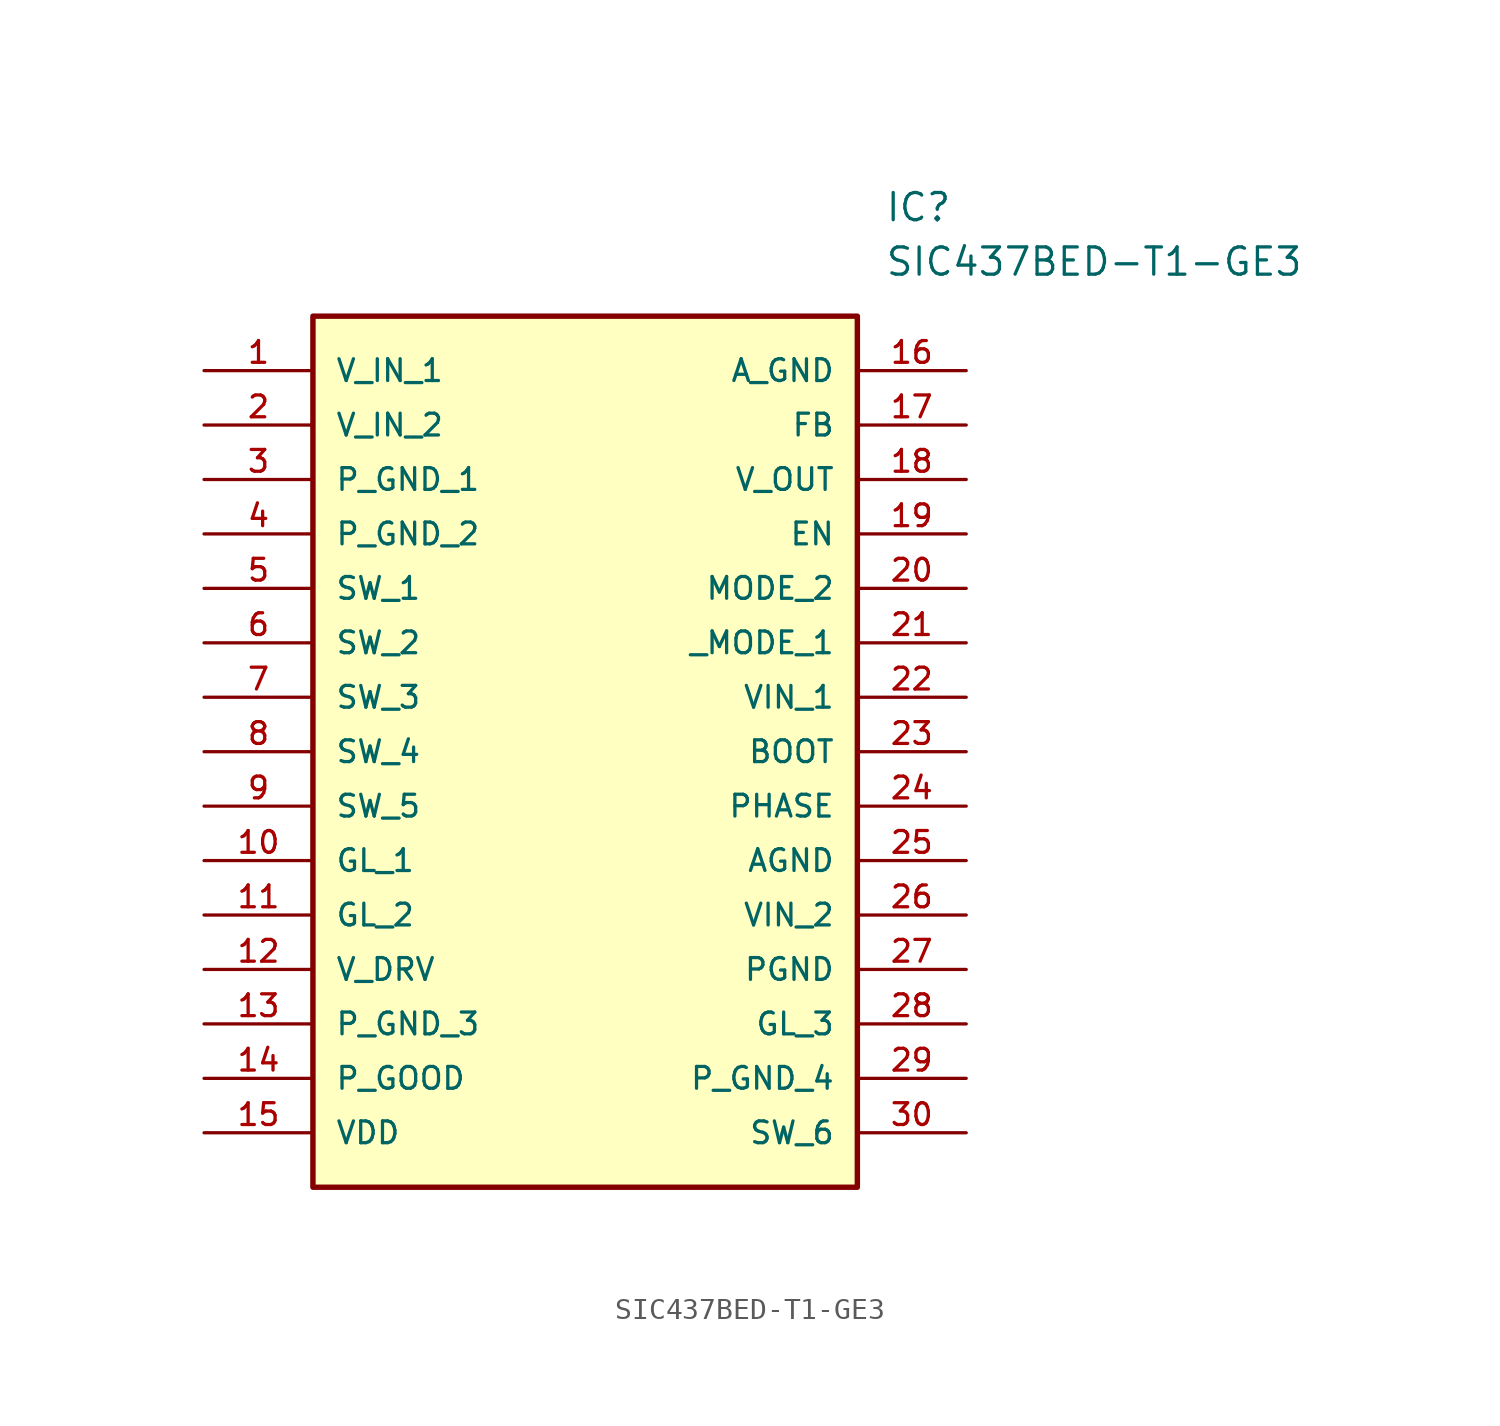
<source format=kicad_sym>
(kicad_symbol_lib
  (version 20211014)
  (generator kicad_symbol_editor)
  (symbol "SIC437BED-T1-GE3"
    (pin_names
      (offset 1.016))
    (property "Reference" "IC"
      (at 31.75 7.62 0)
      (effects (font (size 1.27 1.27)) (justify left)))
    (property "Value" "SIC437BED-T1-GE3"
      (at 31.75 5.08 0)
      (effects (font (size 1.27 1.27)) (justify left)))
    (symbol "SIC437BED-T1-GE3_0_0"
      (rectangle (start 5.08 -38.1) (end 30.48 2.54) (stroke (width 0.254)) (fill (type background)))
      (pin bidirectional line (at 0.0 0.0 0) (length 5.08) (name "V_IN_1" (effects (font (size 1.016 1.016)))) (number "1" (effects (font (size 1.016 1.016)))))
      (pin bidirectional line (at 0.0 -2.54 0) (length 5.08) (name "V_IN_2" (effects (font (size 1.016 1.016)))) (number "2" (effects (font (size 1.016 1.016)))))
      (pin bidirectional line (at 0.0 -5.08 0) (length 5.08) (name "P_GND_1" (effects (font (size 1.016 1.016)))) (number "3" (effects (font (size 1.016 1.016)))))
      (pin bidirectional line (at 0.0 -7.62 0) (length 5.08) (name "P_GND_2" (effects (font (size 1.016 1.016)))) (number "4" (effects (font (size 1.016 1.016)))))
      (pin bidirectional line (at 0.0 -10.16 0) (length 5.08) (name "SW_1" (effects (font (size 1.016 1.016)))) (number "5" (effects (font (size 1.016 1.016)))))
      (pin bidirectional line (at 0.0 -12.7 0) (length 5.08) (name "SW_2" (effects (font (size 1.016 1.016)))) (number "6" (effects (font (size 1.016 1.016)))))
      (pin bidirectional line (at 0.0 -15.24 0) (length 5.08) (name "SW_3" (effects (font (size 1.016 1.016)))) (number "7" (effects (font (size 1.016 1.016)))))
      (pin bidirectional line (at 0.0 -17.78 0) (length 5.08) (name "SW_4" (effects (font (size 1.016 1.016)))) (number "8" (effects (font (size 1.016 1.016)))))
      (pin bidirectional line (at 0.0 -20.32 0) (length 5.08) (name "SW_5" (effects (font (size 1.016 1.016)))) (number "9" (effects (font (size 1.016 1.016)))))
      (pin bidirectional line (at 0.0 -22.86 0) (length 5.08) (name "GL_1" (effects (font (size 1.016 1.016)))) (number "10" (effects (font (size 1.016 1.016)))))
      (pin bidirectional line (at 0.0 -25.4 0) (length 5.08) (name "GL_2" (effects (font (size 1.016 1.016)))) (number "11" (effects (font (size 1.016 1.016)))))
      (pin bidirectional line (at 0.0 -27.94 0) (length 5.08) (name "V_DRV" (effects (font (size 1.016 1.016)))) (number "12" (effects (font (size 1.016 1.016)))))
      (pin bidirectional line (at 0.0 -30.48 0) (length 5.08) (name "P_GND_3" (effects (font (size 1.016 1.016)))) (number "13" (effects (font (size 1.016 1.016)))))
      (pin bidirectional line (at 0.0 -33.02 0) (length 5.08) (name "P_GOOD" (effects (font (size 1.016 1.016)))) (number "14" (effects (font (size 1.016 1.016)))))
      (pin bidirectional line (at 0.0 -35.56 0) (length 5.08) (name "VDD" (effects (font (size 1.016 1.016)))) (number "15" (effects (font (size 1.016 1.016)))))
      (pin bidirectional line (at 35.56 0.0 180.0) (length 5.08) (name "A_GND" (effects (font (size 1.016 1.016)))) (number "16" (effects (font (size 1.016 1.016)))))
      (pin bidirectional line (at 35.56 -2.54 180.0) (length 5.08) (name "FB" (effects (font (size 1.016 1.016)))) (number "17" (effects (font (size 1.016 1.016)))))
      (pin bidirectional line (at 35.56 -5.08 180.0) (length 5.08) (name "V_OUT" (effects (font (size 1.016 1.016)))) (number "18" (effects (font (size 1.016 1.016)))))
      (pin bidirectional line (at 35.56 -7.62 180.0) (length 5.08) (name "EN" (effects (font (size 1.016 1.016)))) (number "19" (effects (font (size 1.016 1.016)))))
      (pin bidirectional line (at 35.56 -10.16 180.0) (length 5.08) (name "MODE_2" (effects (font (size 1.016 1.016)))) (number "20" (effects (font (size 1.016 1.016)))))
      (pin bidirectional line (at 35.56 -12.7 180.0) (length 5.08) (name "_MODE_1" (effects (font (size 1.016 1.016)))) (number "21" (effects (font (size 1.016 1.016)))))
      (pin bidirectional line (at 35.56 -15.24 180.0) (length 5.08) (name "VIN_1" (effects (font (size 1.016 1.016)))) (number "22" (effects (font (size 1.016 1.016)))))
      (pin bidirectional line (at 35.56 -17.78 180.0) (length 5.08) (name "BOOT" (effects (font (size 1.016 1.016)))) (number "23" (effects (font (size 1.016 1.016)))))
      (pin bidirectional line (at 35.56 -20.32 180.0) (length 5.08) (name "PHASE" (effects (font (size 1.016 1.016)))) (number "24" (effects (font (size 1.016 1.016)))))
      (pin bidirectional line (at 35.56 -22.86 180.0) (length 5.08) (name "AGND" (effects (font (size 1.016 1.016)))) (number "25" (effects (font (size 1.016 1.016)))))
      (pin bidirectional line (at 35.56 -25.4 180.0) (length 5.08) (name "VIN_2" (effects (font (size 1.016 1.016)))) (number "26" (effects (font (size 1.016 1.016)))))
      (pin bidirectional line (at 35.56 -27.94 180.0) (length 5.08) (name "PGND" (effects (font (size 1.016 1.016)))) (number "27" (effects (font (size 1.016 1.016)))))
      (pin bidirectional line (at 35.56 -30.48 180.0) (length 5.08) (name "GL_3" (effects (font (size 1.016 1.016)))) (number "28" (effects (font (size 1.016 1.016)))))
      (pin bidirectional line (at 35.56 -33.02 180.0) (length 5.08) (name "P_GND_4" (effects (font (size 1.016 1.016)))) (number "29" (effects (font (size 1.016 1.016)))))
      (pin bidirectional line (at 35.56 -35.56 180.0) (length 5.08) (name "SW_6" (effects (font (size 1.016 1.016)))) (number "30" (effects (font (size 1.016 1.016))))))))
</source>
